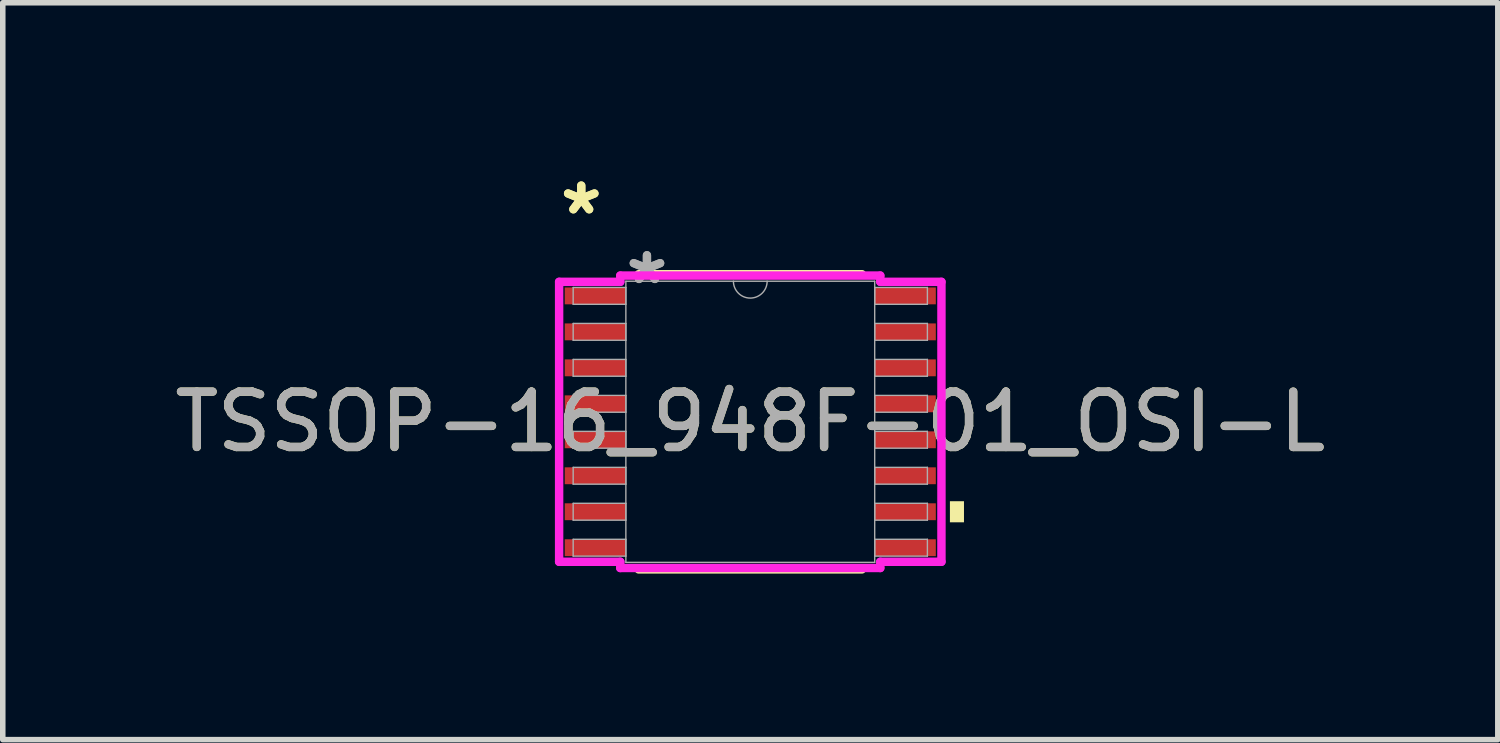
<source format=kicad_pcb>
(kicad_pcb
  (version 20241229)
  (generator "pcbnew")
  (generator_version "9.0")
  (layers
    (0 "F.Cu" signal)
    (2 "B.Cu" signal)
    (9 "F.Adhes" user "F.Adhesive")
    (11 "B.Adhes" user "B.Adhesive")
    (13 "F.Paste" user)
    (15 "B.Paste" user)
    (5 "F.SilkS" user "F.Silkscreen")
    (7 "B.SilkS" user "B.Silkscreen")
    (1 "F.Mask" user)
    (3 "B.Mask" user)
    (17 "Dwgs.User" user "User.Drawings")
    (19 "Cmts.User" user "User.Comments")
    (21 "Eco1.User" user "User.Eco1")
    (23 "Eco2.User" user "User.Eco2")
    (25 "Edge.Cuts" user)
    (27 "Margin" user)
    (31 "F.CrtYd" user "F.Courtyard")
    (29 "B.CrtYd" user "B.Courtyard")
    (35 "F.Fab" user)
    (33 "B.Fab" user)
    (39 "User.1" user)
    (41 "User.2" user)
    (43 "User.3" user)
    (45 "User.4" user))
  (footprint "TSSOP-16_948F-01_OSI-L"
    (layer "F.Cu")
    (at 10.506 4.571)
    (property "Reference" "TSSOP-16_948F-01_OSI-L" (at 0 0 0) (unlocked yes) (layer "F.SilkS") (effects (font (size 1 1) (thickness 0.15))))
    (attr smd)
    (fp_line (start -2.017 2.667) (end 2.017 2.667) (stroke (width 0.152) (type solid)) (layer "F.SilkS"))
    (fp_line (start 2.017 -2.667) (end -2.017 -2.667) (stroke (width 0.152) (type solid)) (layer "F.SilkS"))
    (fp_poly (pts (xy 3.861 1.435) (xy 3.861 1.816) (xy 3.607 1.816) (xy 3.607 1.435)) (stroke (width 0) (type solid)) (fill yes) (layer "F.SilkS"))
    (fp_line (start -3.454 -2.529) (end -2.349 -2.529) (stroke (width 0.152) (type solid)) (layer "F.CrtYd"))
    (fp_line (start -3.454 2.529) (end -3.454 -2.529) (stroke (width 0.152) (type solid)) (layer "F.CrtYd"))
    (fp_line (start -3.454 2.529) (end -2.349 2.529) (stroke (width 0.152) (type solid)) (layer "F.CrtYd"))
    (fp_line (start -2.349 -2.642) (end 2.349 -2.642) (stroke (width 0.152) (type solid)) (layer "F.CrtYd"))
    (fp_line (start -2.349 -2.529) (end -2.349 -2.642) (stroke (width 0.152) (type solid)) (layer "F.CrtYd"))
    (fp_line (start -2.349 2.642) (end -2.349 2.529) (stroke (width 0.152) (type solid)) (layer "F.CrtYd"))
    (fp_line (start 2.349 -2.642) (end 2.349 -2.529) (stroke (width 0.152) (type solid)) (layer "F.CrtYd"))
    (fp_line (start 2.349 2.529) (end 2.349 2.642) (stroke (width 0.152) (type solid)) (layer "F.CrtYd"))
    (fp_line (start 2.349 2.642) (end -2.349 2.642) (stroke (width 0.152) (type solid)) (layer "F.CrtYd"))
    (fp_line (start 3.454 -2.529) (end 2.349 -2.529) (stroke (width 0.152) (type solid)) (layer "F.CrtYd"))
    (fp_line (start 3.454 -2.529) (end 3.454 2.529) (stroke (width 0.152) (type solid)) (layer "F.CrtYd"))
    (fp_line (start 3.454 2.529) (end 2.349 2.529) (stroke (width 0.152) (type solid)) (layer "F.CrtYd"))
    (fp_line (start -3.2 -2.427) (end -3.2 -2.123) (stroke (width 0.025) (type solid)) (layer "F.Fab"))
    (fp_line (start -3.2 -2.123) (end -2.248 -2.123) (stroke (width 0.025) (type solid)) (layer "F.Fab"))
    (fp_line (start -3.2 -1.777) (end -3.2 -1.473) (stroke (width 0.025) (type solid)) (layer "F.Fab"))
    (fp_line (start -3.2 -1.473) (end -2.248 -1.473) (stroke (width 0.025) (type solid)) (layer "F.Fab"))
    (fp_line (start -3.2 -1.127) (end -3.2 -0.823) (stroke (width 0.025) (type solid)) (layer "F.Fab"))
    (fp_line (start -3.2 -0.823) (end -2.248 -0.823) (stroke (width 0.025) (type solid)) (layer "F.Fab"))
    (fp_line (start -3.2 -0.477) (end -3.2 -0.173) (stroke (width 0.025) (type solid)) (layer "F.Fab"))
    (fp_line (start -3.2 -0.173) (end -2.248 -0.173) (stroke (width 0.025) (type solid)) (layer "F.Fab"))
    (fp_line (start -3.2 0.173) (end -3.2 0.477) (stroke (width 0.025) (type solid)) (layer "F.Fab"))
    (fp_line (start -3.2 0.477) (end -2.248 0.477) (stroke (width 0.025) (type solid)) (layer "F.Fab"))
    (fp_line (start -3.2 0.823) (end -3.2 1.127) (stroke (width 0.025) (type solid)) (layer "F.Fab"))
    (fp_line (start -3.2 1.127) (end -2.248 1.127) (stroke (width 0.025) (type solid)) (layer "F.Fab"))
    (fp_line (start -3.2 1.473) (end -3.2 1.777) (stroke (width 0.025) (type solid)) (layer "F.Fab"))
    (fp_line (start -3.2 1.777) (end -2.248 1.777) (stroke (width 0.025) (type solid)) (layer "F.Fab"))
    (fp_line (start -3.2 2.123) (end -3.2 2.427) (stroke (width 0.025) (type solid)) (layer "F.Fab"))
    (fp_line (start -3.2 2.427) (end -2.248 2.427) (stroke (width 0.025) (type solid)) (layer "F.Fab"))
    (fp_line (start -2.248 -2.54) (end -2.248 2.54) (stroke (width 0.025) (type solid)) (layer "F.Fab"))
    (fp_line (start -2.248 -2.427) (end -3.2 -2.427) (stroke (width 0.025) (type solid)) (layer "F.Fab"))
    (fp_line (start -2.248 -2.123) (end -2.248 -2.427) (stroke (width 0.025) (type solid)) (layer "F.Fab"))
    (fp_line (start -2.248 -1.777) (end -3.2 -1.777) (stroke (width 0.025) (type solid)) (layer "F.Fab"))
    (fp_line (start -2.248 -1.473) (end -2.248 -1.777) (stroke (width 0.025) (type solid)) (layer "F.Fab"))
    (fp_line (start -2.248 -1.127) (end -3.2 -1.127) (stroke (width 0.025) (type solid)) (layer "F.Fab"))
    (fp_line (start -2.248 -0.823) (end -2.248 -1.127) (stroke (width 0.025) (type solid)) (layer "F.Fab"))
    (fp_line (start -2.248 -0.477) (end -3.2 -0.477) (stroke (width 0.025) (type solid)) (layer "F.Fab"))
    (fp_line (start -2.248 -0.173) (end -2.248 -0.477) (stroke (width 0.025) (type solid)) (layer "F.Fab"))
    (fp_line (start -2.248 0.173) (end -3.2 0.173) (stroke (width 0.025) (type solid)) (layer "F.Fab"))
    (fp_line (start -2.248 0.477) (end -2.248 0.173) (stroke (width 0.025) (type solid)) (layer "F.Fab"))
    (fp_line (start -2.248 0.823) (end -3.2 0.823) (stroke (width 0.025) (type solid)) (layer "F.Fab"))
    (fp_line (start -2.248 1.127) (end -2.248 0.823) (stroke (width 0.025) (type solid)) (layer "F.Fab"))
    (fp_line (start -2.248 1.473) (end -3.2 1.473) (stroke (width 0.025) (type solid)) (layer "F.Fab"))
    (fp_line (start -2.248 1.777) (end -2.248 1.473) (stroke (width 0.025) (type solid)) (layer "F.Fab"))
    (fp_line (start -2.248 2.123) (end -3.2 2.123) (stroke (width 0.025) (type solid)) (layer "F.Fab"))
    (fp_line (start -2.248 2.427) (end -2.248 2.123) (stroke (width 0.025) (type solid)) (layer "F.Fab"))
    (fp_line (start -2.248 2.54) (end 2.248 2.54) (stroke (width 0.025) (type solid)) (layer "F.Fab"))
    (fp_line (start 2.248 -2.54) (end -2.248 -2.54) (stroke (width 0.025) (type solid)) (layer "F.Fab"))
    (fp_line (start 2.248 -2.427) (end 2.248 -2.123) (stroke (width 0.025) (type solid)) (layer "F.Fab"))
    (fp_line (start 2.248 -2.123) (end 3.2 -2.123) (stroke (width 0.025) (type solid)) (layer "F.Fab"))
    (fp_line (start 2.248 -1.777) (end 2.248 -1.473) (stroke (width 0.025) (type solid)) (layer "F.Fab"))
    (fp_line (start 2.248 -1.473) (end 3.2 -1.473) (stroke (width 0.025) (type solid)) (layer "F.Fab"))
    (fp_line (start 2.248 -1.127) (end 2.248 -0.823) (stroke (width 0.025) (type solid)) (layer "F.Fab"))
    (fp_line (start 2.248 -0.823) (end 3.2 -0.823) (stroke (width 0.025) (type solid)) (layer "F.Fab"))
    (fp_line (start 2.248 -0.477) (end 2.248 -0.173) (stroke (width 0.025) (type solid)) (layer "F.Fab"))
    (fp_line (start 2.248 -0.173) (end 3.2 -0.173) (stroke (width 0.025) (type solid)) (layer "F.Fab"))
    (fp_line (start 2.248 0.173) (end 2.248 0.477) (stroke (width 0.025) (type solid)) (layer "F.Fab"))
    (fp_line (start 2.248 0.477) (end 3.2 0.477) (stroke (width 0.025) (type solid)) (layer "F.Fab"))
    (fp_line (start 2.248 0.823) (end 2.248 1.127) (stroke (width 0.025) (type solid)) (layer "F.Fab"))
    (fp_line (start 2.248 1.127) (end 3.2 1.127) (stroke (width 0.025) (type solid)) (layer "F.Fab"))
    (fp_line (start 2.248 1.473) (end 2.248 1.777) (stroke (width 0.025) (type solid)) (layer "F.Fab"))
    (fp_line (start 2.248 1.777) (end 3.2 1.777) (stroke (width 0.025) (type solid)) (layer "F.Fab"))
    (fp_line (start 2.248 2.123) (end 2.248 2.427) (stroke (width 0.025) (type solid)) (layer "F.Fab"))
    (fp_line (start 2.248 2.427) (end 3.2 2.427) (stroke (width 0.025) (type solid)) (layer "F.Fab"))
    (fp_line (start 2.248 2.54) (end 2.248 -2.54) (stroke (width 0.025) (type solid)) (layer "F.Fab"))
    (fp_line (start 3.2 -2.427) (end 2.248 -2.427) (stroke (width 0.025) (type solid)) (layer "F.Fab"))
    (fp_line (start 3.2 -2.123) (end 3.2 -2.427) (stroke (width 0.025) (type solid)) (layer "F.Fab"))
    (fp_line (start 3.2 -1.777) (end 2.248 -1.777) (stroke (width 0.025) (type solid)) (layer "F.Fab"))
    (fp_line (start 3.2 -1.473) (end 3.2 -1.777) (stroke (width 0.025) (type solid)) (layer "F.Fab"))
    (fp_line (start 3.2 -1.127) (end 2.248 -1.127) (stroke (width 0.025) (type solid)) (layer "F.Fab"))
    (fp_line (start 3.2 -0.823) (end 3.2 -1.127) (stroke (width 0.025) (type solid)) (layer "F.Fab"))
    (fp_line (start 3.2 -0.477) (end 2.248 -0.477) (stroke (width 0.025) (type solid)) (layer "F.Fab"))
    (fp_line (start 3.2 -0.173) (end 3.2 -0.477) (stroke (width 0.025) (type solid)) (layer "F.Fab"))
    (fp_line (start 3.2 0.173) (end 2.248 0.173) (stroke (width 0.025) (type solid)) (layer "F.Fab"))
    (fp_line (start 3.2 0.477) (end 3.2 0.173) (stroke (width 0.025) (type solid)) (layer "F.Fab"))
    (fp_line (start 3.2 0.823) (end 2.248 0.823) (stroke (width 0.025) (type solid)) (layer "F.Fab"))
    (fp_line (start 3.2 1.127) (end 3.2 0.823) (stroke (width 0.025) (type solid)) (layer "F.Fab"))
    (fp_line (start 3.2 1.473) (end 2.248 1.473) (stroke (width 0.025) (type solid)) (layer "F.Fab"))
    (fp_line (start 3.2 1.777) (end 3.2 1.473) (stroke (width 0.025) (type solid)) (layer "F.Fab"))
    (fp_line (start 3.2 2.123) (end 2.248 2.123) (stroke (width 0.025) (type solid)) (layer "F.Fab"))
    (fp_line (start 3.2 2.427) (end 3.2 2.123) (stroke (width 0.025) (type solid)) (layer "F.Fab"))
    (fp_arc (start 0.3048 -2.54) (mid 0 -2.2352) (end -0.3048 -2.54) (stroke (width 0.0254) (type solid)) (layer "F.Fab"))
    (fp_text user "*" (at -3.054 -3.723 0) (unlocked yes) (layer "F.SilkS") (effects (font (size 1 1) (thickness 0.15))))
    (fp_text user "*" (at -3.054 -3.723 0) (layer "F.SilkS") (effects (font (size 1 1) (thickness 0.15))))
    (fp_text user "*" (at -1.867 -2.464 0) (layer "F.Fab") (effects (font (size 1 1) (thickness 0.15))))
    (fp_text user "${REFERENCE}" (at 0 0 0) (unlocked yes) (layer "F.Fab") (effects (font (size 1 1) (thickness 0.15))))
    (fp_text user "*" (at -1.867 -2.464 0) (unlocked yes) (layer "F.Fab") (effects (font (size 1 1) (thickness 0.15))))
    (pad "1" smd rect (at -2.8 -2.275) (size 1.105 0.305) (layers "F.Cu" "F.Mask" "F.Paste"))
    (pad "2" smd rect (at -2.8 -1.625) (size 1.105 0.305) (layers "F.Cu" "F.Mask" "F.Paste"))
    (pad "3" smd rect (at -2.8 -0.975) (size 1.105 0.305) (layers "F.Cu" "F.Mask" "F.Paste"))
    (pad "4" smd rect (at -2.8 -0.325) (size 1.105 0.305) (layers "F.Cu" "F.Mask" "F.Paste"))
    (pad "5" smd rect (at -2.8 0.325) (size 1.105 0.305) (layers "F.Cu" "F.Mask" "F.Paste"))
    (pad "6" smd rect (at -2.8 0.975) (size 1.105 0.305) (layers "F.Cu" "F.Mask" "F.Paste"))
    (pad "7" smd rect (at -2.8 1.625) (size 1.105 0.305) (layers "F.Cu" "F.Mask" "F.Paste"))
    (pad "8" smd rect (at -2.8 2.275) (size 1.105 0.305) (layers "F.Cu" "F.Mask" "F.Paste"))
    (pad "9" smd rect (at 2.8 2.275) (size 1.105 0.305) (layers "F.Cu" "F.Mask" "F.Paste"))
    (pad "10" smd rect (at 2.8 1.625) (size 1.105 0.305) (layers "F.Cu" "F.Mask" "F.Paste"))
    (pad "11" smd rect (at 2.8 0.975) (size 1.105 0.305) (layers "F.Cu" "F.Mask" "F.Paste"))
    (pad "12" smd rect (at 2.8 0.325) (size 1.105 0.305) (layers "F.Cu" "F.Mask" "F.Paste"))
    (pad "13" smd rect (at 2.8 -0.325) (size 1.105 0.305) (layers "F.Cu" "F.Mask" "F.Paste"))
    (pad "14" smd rect (at 2.8 -0.975) (size 1.105 0.305) (layers "F.Cu" "F.Mask" "F.Paste"))
    (pad "15" smd rect (at 2.8 -1.625) (size 1.105 0.305) (layers "F.Cu" "F.Mask" "F.Paste"))
    (pad "16" smd rect (at 2.8 -2.275) (size 1.105 0.305) (layers "F.Cu" "F.Mask" "F.Paste")))
  (gr_rect
    (start -3 -3)
    (end 24.012 10.314)
    (stroke (width 0.1) (type default))
    (fill no)
    (layer "Edge.Cuts")))
</source>
